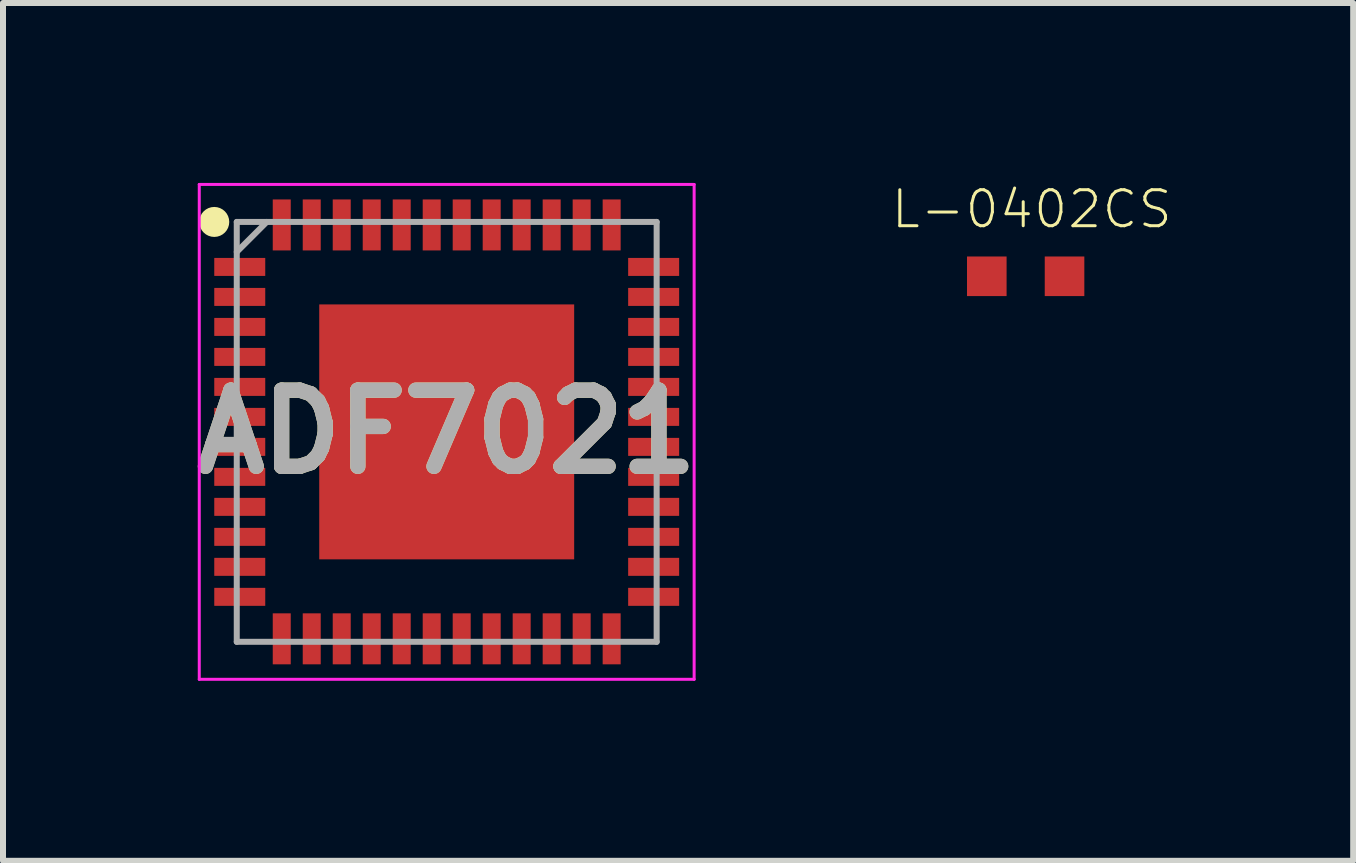
<source format=kicad_pcb>
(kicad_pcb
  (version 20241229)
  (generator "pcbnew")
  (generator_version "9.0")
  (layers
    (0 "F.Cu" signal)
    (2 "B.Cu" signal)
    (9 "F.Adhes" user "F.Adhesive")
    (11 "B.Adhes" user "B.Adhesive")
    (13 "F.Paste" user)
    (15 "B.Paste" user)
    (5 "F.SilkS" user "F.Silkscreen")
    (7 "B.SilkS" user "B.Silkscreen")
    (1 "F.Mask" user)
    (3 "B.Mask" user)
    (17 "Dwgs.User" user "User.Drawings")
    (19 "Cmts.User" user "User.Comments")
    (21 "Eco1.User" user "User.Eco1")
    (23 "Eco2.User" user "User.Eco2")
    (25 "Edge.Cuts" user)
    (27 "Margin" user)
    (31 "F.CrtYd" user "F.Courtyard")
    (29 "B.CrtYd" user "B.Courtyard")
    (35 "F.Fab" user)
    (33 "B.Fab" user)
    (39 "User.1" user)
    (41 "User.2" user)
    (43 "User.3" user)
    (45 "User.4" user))
  (footprint "ADF7021"
    (layer "F.Cu")
    (at 4.397 4.15)
    (property "Reference" "ADF7021" (at 0 0 0) (layer "F.SilkS") (effects (font (size 1.27 1.27) (thickness 0.254))))
    (attr smd)
    (fp_circle (center -3.875 -3.5) (end -3.875 -3.375) (stroke (width 0.25) (type solid)) (fill no) (layer "F.SilkS"))
    (fp_line (start -4.125 -4.125) (end 4.125 -4.125) (stroke (width 0.05) (type solid)) (layer "F.CrtYd"))
    (fp_line (start -4.125 4.125) (end -4.125 -4.125) (stroke (width 0.05) (type solid)) (layer "F.CrtYd"))
    (fp_line (start 4.125 -4.125) (end 4.125 4.125) (stroke (width 0.05) (type solid)) (layer "F.CrtYd"))
    (fp_line (start 4.125 4.125) (end -4.125 4.125) (stroke (width 0.05) (type solid)) (layer "F.CrtYd"))
    (fp_line (start -3.5 -3.5) (end 3.5 -3.5) (stroke (width 0.1) (type solid)) (layer "F.Fab"))
    (fp_line (start -3.5 -3) (end -3 -3.5) (stroke (width 0.1) (type solid)) (layer "F.Fab"))
    (fp_line (start -3.5 3.5) (end -3.5 -3.5) (stroke (width 0.1) (type solid)) (layer "F.Fab"))
    (fp_line (start 3.5 -3.5) (end 3.5 3.5) (stroke (width 0.1) (type solid)) (layer "F.Fab"))
    (fp_line (start 3.5 3.5) (end -3.5 3.5) (stroke (width 0.1) (type solid)) (layer "F.Fab"))
    (fp_text user "${REFERENCE}" (at 0 0 0) (layer "F.Fab") (effects (font (size 1.27 1.27) (thickness 0.254))))
    (pad "1" smd rect (at -3.45 -2.75 90) (size 0.3 0.85) (layers "F.Cu" "F.Mask" "F.Paste"))
    (pad "2" smd rect (at -3.45 -2.25 90) (size 0.3 0.85) (layers "F.Cu" "F.Mask" "F.Paste"))
    (pad "3" smd rect (at -3.45 -1.75 90) (size 0.3 0.85) (layers "F.Cu" "F.Mask" "F.Paste"))
    (pad "4" smd rect (at -3.45 -1.25 90) (size 0.3 0.85) (layers "F.Cu" "F.Mask" "F.Paste"))
    (pad "5" smd rect (at -3.45 -0.75 90) (size 0.3 0.85) (layers "F.Cu" "F.Mask" "F.Paste"))
    (pad "6" smd rect (at -3.45 -0.25 90) (size 0.3 0.85) (layers "F.Cu" "F.Mask" "F.Paste"))
    (pad "7" smd rect (at -3.45 0.25 90) (size 0.3 0.85) (layers "F.Cu" "F.Mask" "F.Paste"))
    (pad "8" smd rect (at -3.45 0.75 90) (size 0.3 0.85) (layers "F.Cu" "F.Mask" "F.Paste"))
    (pad "9" smd rect (at -3.45 1.25 90) (size 0.3 0.85) (layers "F.Cu" "F.Mask" "F.Paste"))
    (pad "10" smd rect (at -3.45 1.75 90) (size 0.3 0.85) (layers "F.Cu" "F.Mask" "F.Paste"))
    (pad "11" smd rect (at -3.45 2.25 90) (size 0.3 0.85) (layers "F.Cu" "F.Mask" "F.Paste"))
    (pad "12" smd rect (at -3.45 2.75 90) (size 0.3 0.85) (layers "F.Cu" "F.Mask" "F.Paste"))
    (pad "13" smd rect (at -2.75 3.45) (size 0.3 0.85) (layers "F.Cu" "F.Mask" "F.Paste"))
    (pad "14" smd rect (at -2.25 3.45) (size 0.3 0.85) (layers "F.Cu" "F.Mask" "F.Paste"))
    (pad "15" smd rect (at -1.75 3.45) (size 0.3 0.85) (layers "F.Cu" "F.Mask" "F.Paste"))
    (pad "16" smd rect (at -1.25 3.45) (size 0.3 0.85) (layers "F.Cu" "F.Mask" "F.Paste"))
    (pad "17" smd rect (at -0.75 3.45) (size 0.3 0.85) (layers "F.Cu" "F.Mask" "F.Paste"))
    (pad "18" smd rect (at -0.25 3.45) (size 0.3 0.85) (layers "F.Cu" "F.Mask" "F.Paste"))
    (pad "19" smd rect (at 0.25 3.45) (size 0.3 0.85) (layers "F.Cu" "F.Mask" "F.Paste"))
    (pad "20" smd rect (at 0.75 3.45) (size 0.3 0.85) (layers "F.Cu" "F.Mask" "F.Paste"))
    (pad "21" smd rect (at 1.25 3.45) (size 0.3 0.85) (layers "F.Cu" "F.Mask" "F.Paste"))
    (pad "22" smd rect (at 1.75 3.45) (size 0.3 0.85) (layers "F.Cu" "F.Mask" "F.Paste"))
    (pad "23" smd rect (at 2.25 3.45) (size 0.3 0.85) (layers "F.Cu" "F.Mask" "F.Paste"))
    (pad "24" smd rect (at 2.75 3.45) (size 0.3 0.85) (layers "F.Cu" "F.Mask" "F.Paste"))
    (pad "25" smd rect (at 3.45 2.75 90) (size 0.3 0.85) (layers "F.Cu" "F.Mask" "F.Paste"))
    (pad "26" smd rect (at 3.45 2.25 90) (size 0.3 0.85) (layers "F.Cu" "F.Mask" "F.Paste"))
    (pad "27" smd rect (at 3.45 1.75 90) (size 0.3 0.85) (layers "F.Cu" "F.Mask" "F.Paste"))
    (pad "28" smd rect (at 3.45 1.25 90) (size 0.3 0.85) (layers "F.Cu" "F.Mask" "F.Paste"))
    (pad "29" smd rect (at 3.45 0.75 90) (size 0.3 0.85) (layers "F.Cu" "F.Mask" "F.Paste"))
    (pad "30" smd rect (at 3.45 0.25 90) (size 0.3 0.85) (layers "F.Cu" "F.Mask" "F.Paste"))
    (pad "31" smd rect (at 3.45 -0.25 90) (size 0.3 0.85) (layers "F.Cu" "F.Mask" "F.Paste"))
    (pad "32" smd rect (at 3.45 -0.75 90) (size 0.3 0.85) (layers "F.Cu" "F.Mask" "F.Paste"))
    (pad "33" smd rect (at 3.45 -1.25 90) (size 0.3 0.85) (layers "F.Cu" "F.Mask" "F.Paste"))
    (pad "34" smd rect (at 3.45 -1.75 90) (size 0.3 0.85) (layers "F.Cu" "F.Mask" "F.Paste"))
    (pad "35" smd rect (at 3.45 -2.25 90) (size 0.3 0.85) (layers "F.Cu" "F.Mask" "F.Paste"))
    (pad "36" smd rect (at 3.45 -2.75 90) (size 0.3 0.85) (layers "F.Cu" "F.Mask" "F.Paste"))
    (pad "37" smd rect (at 2.75 -3.45) (size 0.3 0.85) (layers "F.Cu" "F.Mask" "F.Paste"))
    (pad "38" smd rect (at 2.25 -3.45) (size 0.3 0.85) (layers "F.Cu" "F.Mask" "F.Paste"))
    (pad "39" smd rect (at 1.75 -3.45) (size 0.3 0.85) (layers "F.Cu" "F.Mask" "F.Paste"))
    (pad "40" smd rect (at 1.25 -3.45) (size 0.3 0.85) (layers "F.Cu" "F.Mask" "F.Paste"))
    (pad "41" smd rect (at 0.75 -3.45) (size 0.3 0.85) (layers "F.Cu" "F.Mask" "F.Paste"))
    (pad "42" smd rect (at 0.25 -3.45) (size 0.3 0.85) (layers "F.Cu" "F.Mask" "F.Paste"))
    (pad "43" smd rect (at -0.25 -3.45) (size 0.3 0.85) (layers "F.Cu" "F.Mask" "F.Paste"))
    (pad "44" smd rect (at -0.75 -3.45) (size 0.3 0.85) (layers "F.Cu" "F.Mask" "F.Paste"))
    (pad "45" smd rect (at -1.25 -3.45) (size 0.3 0.85) (layers "F.Cu" "F.Mask" "F.Paste"))
    (pad "46" smd rect (at -1.75 -3.45) (size 0.3 0.85) (layers "F.Cu" "F.Mask" "F.Paste"))
    (pad "47" smd rect (at -2.25 -3.45) (size 0.3 0.85) (layers "F.Cu" "F.Mask" "F.Paste"))
    (pad "48" smd rect (at -2.75 -3.45) (size 0.3 0.85) (layers "F.Cu" "F.Mask" "F.Paste"))
    (pad "49" smd rect (at 0 0) (size 4.25 4.25) (layers "F.Cu" "F.Mask" "F.Paste")))
  (footprint "L-0402CS"
    (layer "F.Cu")
    (at 14.049 1.556)
    (property "Reference" "L-0402CS" (at 0.102 -1.118 0) (layer "F.SilkS") (effects (font (size 0.6 0.6) (thickness 0.05))))
    (attr smd)
    (fp_line (start -1.067 -0.457) (end -1.016 -0.457) (stroke (width 0.12) (type solid)) (layer "Eco2.User"))
    (fp_line (start -1.067 0.457) (end -1.067 -0.457) (stroke (width 0.12) (type solid)) (layer "Eco2.User"))
    (fp_line (start -1.016 -0.457) (end 1.067 -0.457) (stroke (width 0.12) (type solid)) (layer "Eco2.User"))
    (fp_line (start 1.067 -0.457) (end 1.067 0.457) (stroke (width 0.12) (type solid)) (layer "Eco2.User"))
    (fp_line (start 1.067 0.457) (end -1.067 0.457) (stroke (width 0.12) (type solid)) (layer "Eco2.User"))
    (pad "1" smd rect (at -0.648 0) (size 0.66 0.66) (layers "F.Cu" "F.Mask" "F.Paste"))
    (pad "2" smd rect (at 0.648 0) (size 0.66 0.66) (layers "F.Cu" "F.Mask" "F.Paste")))
  (gr_rect
    (start -3 -3)
    (end 19.509 11.3)
    (stroke (width 0.1) (type default))
    (fill no)
    (layer "Edge.Cuts")))
</source>
